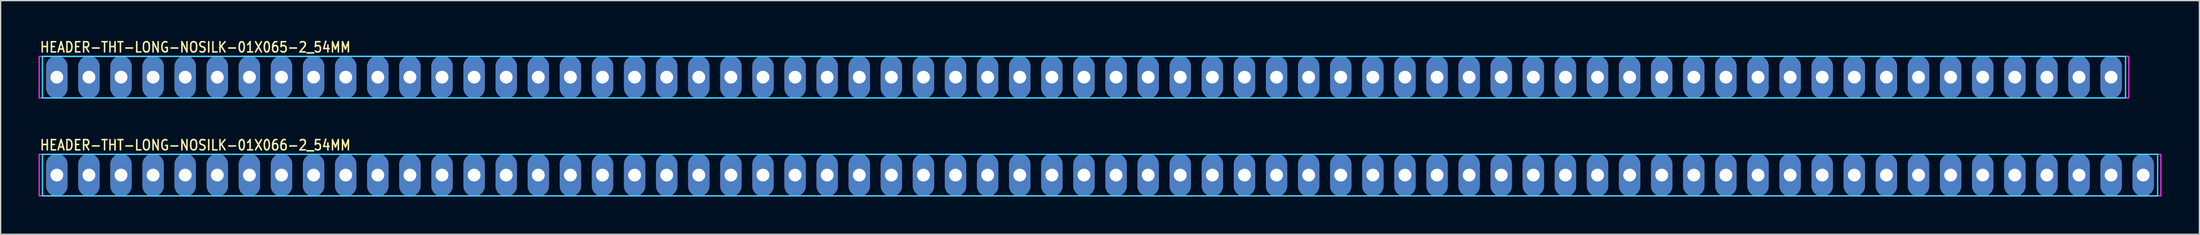
<source format=kicad_pcb>
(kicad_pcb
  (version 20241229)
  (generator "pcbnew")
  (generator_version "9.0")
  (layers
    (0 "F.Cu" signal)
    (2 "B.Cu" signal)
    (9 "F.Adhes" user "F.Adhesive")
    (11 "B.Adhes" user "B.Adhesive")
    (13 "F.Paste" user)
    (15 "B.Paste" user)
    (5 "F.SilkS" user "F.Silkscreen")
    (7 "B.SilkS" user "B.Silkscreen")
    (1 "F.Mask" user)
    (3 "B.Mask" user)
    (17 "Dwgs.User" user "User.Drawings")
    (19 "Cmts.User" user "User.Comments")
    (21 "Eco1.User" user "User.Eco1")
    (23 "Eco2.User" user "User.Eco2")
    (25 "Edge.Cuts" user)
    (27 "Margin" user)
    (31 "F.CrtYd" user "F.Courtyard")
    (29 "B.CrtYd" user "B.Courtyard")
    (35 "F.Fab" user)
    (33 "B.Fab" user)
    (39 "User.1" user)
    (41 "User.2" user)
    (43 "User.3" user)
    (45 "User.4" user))
  (footprint "HEADER-THT-LONG-NOSILK-01X066-2_54MM"
    (layer "F.Cu")
    (at 1.447 10.858)
    (property "Reference" "HEADER-THT-LONG-NOSILK-01X066-2_54MM" (at -1.4 -1.9 0) (unlocked yes) (layer "F.SilkS") (effects (font (size 0.813 0.695) (thickness 0.122)) (justify left bottom)))
    (fp_poly (pts (xy -1.143 -1.651) (xy 166.243 -1.651) (xy 166.243 1.651) (xy -1.143 1.651)) (stroke (width 0.1) (type solid)) (fill no) (layer "B.CrtYd"))
    (fp_poly (pts (xy -1.397 -1.651) (xy 166.497 -1.651) (xy 166.497 1.651) (xy -1.397 1.651)) (stroke (width 0.1) (type solid)) (fill no) (layer "F.CrtYd"))
    (pad "1" thru_hole oval (at 0 0 90) (size 3.387 1.693) (drill 1.016) (layers "*.Cu" "*.Mask"))
    (pad "2" thru_hole oval (at 2.54 0 90) (size 3.387 1.693) (drill 1.016) (layers "*.Cu" "*.Mask"))
    (pad "3" thru_hole oval (at 5.08 0 90) (size 3.387 1.693) (drill 1.016) (layers "*.Cu" "*.Mask"))
    (pad "4" thru_hole oval (at 7.62 0 90) (size 3.387 1.693) (drill 1.016) (layers "*.Cu" "*.Mask"))
    (pad "5" thru_hole oval (at 10.16 0 90) (size 3.387 1.693) (drill 1.016) (layers "*.Cu" "*.Mask"))
    (pad "6" thru_hole oval (at 12.7 0 90) (size 3.387 1.693) (drill 1.016) (layers "*.Cu" "*.Mask"))
    (pad "7" thru_hole oval (at 15.24 0 90) (size 3.387 1.693) (drill 1.016) (layers "*.Cu" "*.Mask"))
    (pad "8" thru_hole oval (at 17.78 0 90) (size 3.387 1.693) (drill 1.016) (layers "*.Cu" "*.Mask"))
    (pad "9" thru_hole oval (at 20.32 0 90) (size 3.387 1.693) (drill 1.016) (layers "*.Cu" "*.Mask"))
    (pad "10" thru_hole oval (at 22.86 0 90) (size 3.387 1.693) (drill 1.016) (layers "*.Cu" "*.Mask"))
    (pad "11" thru_hole oval (at 25.4 0 90) (size 3.387 1.693) (drill 1.016) (layers "*.Cu" "*.Mask"))
    (pad "12" thru_hole oval (at 27.94 0 90) (size 3.387 1.693) (drill 1.016) (layers "*.Cu" "*.Mask"))
    (pad "13" thru_hole oval (at 30.48 0 90) (size 3.387 1.693) (drill 1.016) (layers "*.Cu" "*.Mask"))
    (pad "14" thru_hole oval (at 33.02 0 90) (size 3.387 1.693) (drill 1.016) (layers "*.Cu" "*.Mask"))
    (pad "15" thru_hole oval (at 35.56 0 90) (size 3.387 1.693) (drill 1.016) (layers "*.Cu" "*.Mask"))
    (pad "16" thru_hole oval (at 38.1 0 90) (size 3.387 1.693) (drill 1.016) (layers "*.Cu" "*.Mask"))
    (pad "17" thru_hole oval (at 40.64 0 90) (size 3.387 1.693) (drill 1.016) (layers "*.Cu" "*.Mask"))
    (pad "18" thru_hole oval (at 43.18 0 90) (size 3.387 1.693) (drill 1.016) (layers "*.Cu" "*.Mask"))
    (pad "19" thru_hole oval (at 45.72 0 90) (size 3.387 1.693) (drill 1.016) (layers "*.Cu" "*.Mask"))
    (pad "20" thru_hole oval (at 48.26 0 90) (size 3.387 1.693) (drill 1.016) (layers "*.Cu" "*.Mask"))
    (pad "21" thru_hole oval (at 50.8 0 90) (size 3.387 1.693) (drill 1.016) (layers "*.Cu" "*.Mask"))
    (pad "22" thru_hole oval (at 53.34 0 90) (size 3.387 1.693) (drill 1.016) (layers "*.Cu" "*.Mask"))
    (pad "23" thru_hole oval (at 55.88 0 90) (size 3.387 1.693) (drill 1.016) (layers "*.Cu" "*.Mask"))
    (pad "24" thru_hole oval (at 58.42 0 90) (size 3.387 1.693) (drill 1.016) (layers "*.Cu" "*.Mask"))
    (pad "25" thru_hole oval (at 60.96 0 90) (size 3.387 1.693) (drill 1.016) (layers "*.Cu" "*.Mask"))
    (pad "26" thru_hole oval (at 63.5 0 90) (size 3.387 1.693) (drill 1.016) (layers "*.Cu" "*.Mask"))
    (pad "27" thru_hole oval (at 66.04 0 90) (size 3.387 1.693) (drill 1.016) (layers "*.Cu" "*.Mask"))
    (pad "28" thru_hole oval (at 68.58 0 90) (size 3.387 1.693) (drill 1.016) (layers "*.Cu" "*.Mask"))
    (pad "29" thru_hole oval (at 71.12 0 90) (size 3.387 1.693) (drill 1.016) (layers "*.Cu" "*.Mask"))
    (pad "30" thru_hole oval (at 73.66 0 90) (size 3.387 1.693) (drill 1.016) (layers "*.Cu" "*.Mask"))
    (pad "31" thru_hole oval (at 76.2 0 90) (size 3.387 1.693) (drill 1.016) (layers "*.Cu" "*.Mask"))
    (pad "32" thru_hole oval (at 78.74 0 90) (size 3.387 1.693) (drill 1.016) (layers "*.Cu" "*.Mask"))
    (pad "33" thru_hole oval (at 81.28 0 90) (size 3.387 1.693) (drill 1.016) (layers "*.Cu" "*.Mask"))
    (pad "34" thru_hole oval (at 83.82 0 90) (size 3.387 1.693) (drill 1.016) (layers "*.Cu" "*.Mask"))
    (pad "35" thru_hole oval (at 86.36 0 90) (size 3.387 1.693) (drill 1.016) (layers "*.Cu" "*.Mask"))
    (pad "36" thru_hole oval (at 88.9 0 90) (size 3.387 1.693) (drill 1.016) (layers "*.Cu" "*.Mask"))
    (pad "37" thru_hole oval (at 91.44 0 90) (size 3.387 1.693) (drill 1.016) (layers "*.Cu" "*.Mask"))
    (pad "38" thru_hole oval (at 93.98 0 90) (size 3.387 1.693) (drill 1.016) (layers "*.Cu" "*.Mask"))
    (pad "39" thru_hole oval (at 96.52 0 90) (size 3.387 1.693) (drill 1.016) (layers "*.Cu" "*.Mask"))
    (pad "40" thru_hole oval (at 99.06 0 90) (size 3.387 1.693) (drill 1.016) (layers "*.Cu" "*.Mask"))
    (pad "41" thru_hole oval (at 101.6 0 90) (size 3.387 1.693) (drill 1.016) (layers "*.Cu" "*.Mask"))
    (pad "42" thru_hole oval (at 104.14 0 90) (size 3.387 1.693) (drill 1.016) (layers "*.Cu" "*.Mask"))
    (pad "43" thru_hole oval (at 106.68 0 90) (size 3.387 1.693) (drill 1.016) (layers "*.Cu" "*.Mask"))
    (pad "44" thru_hole oval (at 109.22 0 90) (size 3.387 1.693) (drill 1.016) (layers "*.Cu" "*.Mask"))
    (pad "45" thru_hole oval (at 111.76 0 90) (size 3.387 1.693) (drill 1.016) (layers "*.Cu" "*.Mask"))
    (pad "46" thru_hole oval (at 114.3 0 90) (size 3.387 1.693) (drill 1.016) (layers "*.Cu" "*.Mask"))
    (pad "47" thru_hole oval (at 116.84 0 90) (size 3.387 1.693) (drill 1.016) (layers "*.Cu" "*.Mask"))
    (pad "48" thru_hole oval (at 119.38 0 90) (size 3.387 1.693) (drill 1.016) (layers "*.Cu" "*.Mask"))
    (pad "49" thru_hole oval (at 121.92 0 90) (size 3.387 1.693) (drill 1.016) (layers "*.Cu" "*.Mask"))
    (pad "50" thru_hole oval (at 124.46 0 90) (size 3.387 1.693) (drill 1.016) (layers "*.Cu" "*.Mask"))
    (pad "51" thru_hole oval (at 127 0 90) (size 3.387 1.693) (drill 1.016) (layers "*.Cu" "*.Mask"))
    (pad "52" thru_hole oval (at 129.54 0 90) (size 3.387 1.693) (drill 1.016) (layers "*.Cu" "*.Mask"))
    (pad "53" thru_hole oval (at 132.08 0 90) (size 3.387 1.693) (drill 1.016) (layers "*.Cu" "*.Mask"))
    (pad "54" thru_hole oval (at 134.62 0 90) (size 3.387 1.693) (drill 1.016) (layers "*.Cu" "*.Mask"))
    (pad "55" thru_hole oval (at 137.16 0 90) (size 3.387 1.693) (drill 1.016) (layers "*.Cu" "*.Mask"))
    (pad "56" thru_hole oval (at 139.7 0 90) (size 3.387 1.693) (drill 1.016) (layers "*.Cu" "*.Mask"))
    (pad "57" thru_hole oval (at 142.24 0 90) (size 3.387 1.693) (drill 1.016) (layers "*.Cu" "*.Mask"))
    (pad "58" thru_hole oval (at 144.78 0 90) (size 3.387 1.693) (drill 1.016) (layers "*.Cu" "*.Mask"))
    (pad "59" thru_hole oval (at 147.32 0 90) (size 3.387 1.693) (drill 1.016) (layers "*.Cu" "*.Mask"))
    (pad "60" thru_hole oval (at 149.86 0 90) (size 3.387 1.693) (drill 1.016) (layers "*.Cu" "*.Mask"))
    (pad "61" thru_hole oval (at 152.4 0 90) (size 3.387 1.693) (drill 1.016) (layers "*.Cu" "*.Mask"))
    (pad "62" thru_hole oval (at 154.94 0 90) (size 3.387 1.693) (drill 1.016) (layers "*.Cu" "*.Mask"))
    (pad "63" thru_hole oval (at 157.48 0 90) (size 3.387 1.693) (drill 1.016) (layers "*.Cu" "*.Mask"))
    (pad "64" thru_hole oval (at 160.02 0 90) (size 3.387 1.693) (drill 1.016) (layers "*.Cu" "*.Mask"))
    (pad "65" thru_hole oval (at 162.56 0 90) (size 3.387 1.693) (drill 1.016) (layers "*.Cu" "*.Mask"))
    (pad "66" thru_hole oval (at 165.1 0 90) (size 3.387 1.693) (drill 1.016) (layers "*.Cu" "*.Mask")))
  (footprint "HEADER-THT-LONG-NOSILK-01X065-2_54MM"
    (layer "F.Cu")
    (at 1.447 3.079)
    (property "Reference" "HEADER-THT-LONG-NOSILK-01X065-2_54MM" (at -1.4 -1.9 0) (unlocked yes) (layer "F.SilkS") (effects (font (size 0.813 0.695) (thickness 0.122)) (justify left bottom)))
    (fp_poly (pts (xy -1.143 -1.651) (xy 163.703 -1.651) (xy 163.703 1.651) (xy -1.143 1.651)) (stroke (width 0.1) (type solid)) (fill no) (layer "B.CrtYd"))
    (fp_poly (pts (xy -1.397 -1.651) (xy 163.957 -1.651) (xy 163.957 1.651) (xy -1.397 1.651)) (stroke (width 0.1) (type solid)) (fill no) (layer "F.CrtYd"))
    (pad "1" thru_hole oval (at 0 0 90) (size 3.387 1.693) (drill 1.016) (layers "*.Cu" "*.Mask"))
    (pad "2" thru_hole oval (at 2.54 0 90) (size 3.387 1.693) (drill 1.016) (layers "*.Cu" "*.Mask"))
    (pad "3" thru_hole oval (at 5.08 0 90) (size 3.387 1.693) (drill 1.016) (layers "*.Cu" "*.Mask"))
    (pad "4" thru_hole oval (at 7.62 0 90) (size 3.387 1.693) (drill 1.016) (layers "*.Cu" "*.Mask"))
    (pad "5" thru_hole oval (at 10.16 0 90) (size 3.387 1.693) (drill 1.016) (layers "*.Cu" "*.Mask"))
    (pad "6" thru_hole oval (at 12.7 0 90) (size 3.387 1.693) (drill 1.016) (layers "*.Cu" "*.Mask"))
    (pad "7" thru_hole oval (at 15.24 0 90) (size 3.387 1.693) (drill 1.016) (layers "*.Cu" "*.Mask"))
    (pad "8" thru_hole oval (at 17.78 0 90) (size 3.387 1.693) (drill 1.016) (layers "*.Cu" "*.Mask"))
    (pad "9" thru_hole oval (at 20.32 0 90) (size 3.387 1.693) (drill 1.016) (layers "*.Cu" "*.Mask"))
    (pad "10" thru_hole oval (at 22.86 0 90) (size 3.387 1.693) (drill 1.016) (layers "*.Cu" "*.Mask"))
    (pad "11" thru_hole oval (at 25.4 0 90) (size 3.387 1.693) (drill 1.016) (layers "*.Cu" "*.Mask"))
    (pad "12" thru_hole oval (at 27.94 0 90) (size 3.387 1.693) (drill 1.016) (layers "*.Cu" "*.Mask"))
    (pad "13" thru_hole oval (at 30.48 0 90) (size 3.387 1.693) (drill 1.016) (layers "*.Cu" "*.Mask"))
    (pad "14" thru_hole oval (at 33.02 0 90) (size 3.387 1.693) (drill 1.016) (layers "*.Cu" "*.Mask"))
    (pad "15" thru_hole oval (at 35.56 0 90) (size 3.387 1.693) (drill 1.016) (layers "*.Cu" "*.Mask"))
    (pad "16" thru_hole oval (at 38.1 0 90) (size 3.387 1.693) (drill 1.016) (layers "*.Cu" "*.Mask"))
    (pad "17" thru_hole oval (at 40.64 0 90) (size 3.387 1.693) (drill 1.016) (layers "*.Cu" "*.Mask"))
    (pad "18" thru_hole oval (at 43.18 0 90) (size 3.387 1.693) (drill 1.016) (layers "*.Cu" "*.Mask"))
    (pad "19" thru_hole oval (at 45.72 0 90) (size 3.387 1.693) (drill 1.016) (layers "*.Cu" "*.Mask"))
    (pad "20" thru_hole oval (at 48.26 0 90) (size 3.387 1.693) (drill 1.016) (layers "*.Cu" "*.Mask"))
    (pad "21" thru_hole oval (at 50.8 0 90) (size 3.387 1.693) (drill 1.016) (layers "*.Cu" "*.Mask"))
    (pad "22" thru_hole oval (at 53.34 0 90) (size 3.387 1.693) (drill 1.016) (layers "*.Cu" "*.Mask"))
    (pad "23" thru_hole oval (at 55.88 0 90) (size 3.387 1.693) (drill 1.016) (layers "*.Cu" "*.Mask"))
    (pad "24" thru_hole oval (at 58.42 0 90) (size 3.387 1.693) (drill 1.016) (layers "*.Cu" "*.Mask"))
    (pad "25" thru_hole oval (at 60.96 0 90) (size 3.387 1.693) (drill 1.016) (layers "*.Cu" "*.Mask"))
    (pad "26" thru_hole oval (at 63.5 0 90) (size 3.387 1.693) (drill 1.016) (layers "*.Cu" "*.Mask"))
    (pad "27" thru_hole oval (at 66.04 0 90) (size 3.387 1.693) (drill 1.016) (layers "*.Cu" "*.Mask"))
    (pad "28" thru_hole oval (at 68.58 0 90) (size 3.387 1.693) (drill 1.016) (layers "*.Cu" "*.Mask"))
    (pad "29" thru_hole oval (at 71.12 0 90) (size 3.387 1.693) (drill 1.016) (layers "*.Cu" "*.Mask"))
    (pad "30" thru_hole oval (at 73.66 0 90) (size 3.387 1.693) (drill 1.016) (layers "*.Cu" "*.Mask"))
    (pad "31" thru_hole oval (at 76.2 0 90) (size 3.387 1.693) (drill 1.016) (layers "*.Cu" "*.Mask"))
    (pad "32" thru_hole oval (at 78.74 0 90) (size 3.387 1.693) (drill 1.016) (layers "*.Cu" "*.Mask"))
    (pad "33" thru_hole oval (at 81.28 0 90) (size 3.387 1.693) (drill 1.016) (layers "*.Cu" "*.Mask"))
    (pad "34" thru_hole oval (at 83.82 0 90) (size 3.387 1.693) (drill 1.016) (layers "*.Cu" "*.Mask"))
    (pad "35" thru_hole oval (at 86.36 0 90) (size 3.387 1.693) (drill 1.016) (layers "*.Cu" "*.Mask"))
    (pad "36" thru_hole oval (at 88.9 0 90) (size 3.387 1.693) (drill 1.016) (layers "*.Cu" "*.Mask"))
    (pad "37" thru_hole oval (at 91.44 0 90) (size 3.387 1.693) (drill 1.016) (layers "*.Cu" "*.Mask"))
    (pad "38" thru_hole oval (at 93.98 0 90) (size 3.387 1.693) (drill 1.016) (layers "*.Cu" "*.Mask"))
    (pad "39" thru_hole oval (at 96.52 0 90) (size 3.387 1.693) (drill 1.016) (layers "*.Cu" "*.Mask"))
    (pad "40" thru_hole oval (at 99.06 0 90) (size 3.387 1.693) (drill 1.016) (layers "*.Cu" "*.Mask"))
    (pad "41" thru_hole oval (at 101.6 0 90) (size 3.387 1.693) (drill 1.016) (layers "*.Cu" "*.Mask"))
    (pad "42" thru_hole oval (at 104.14 0 90) (size 3.387 1.693) (drill 1.016) (layers "*.Cu" "*.Mask"))
    (pad "43" thru_hole oval (at 106.68 0 90) (size 3.387 1.693) (drill 1.016) (layers "*.Cu" "*.Mask"))
    (pad "44" thru_hole oval (at 109.22 0 90) (size 3.387 1.693) (drill 1.016) (layers "*.Cu" "*.Mask"))
    (pad "45" thru_hole oval (at 111.76 0 90) (size 3.387 1.693) (drill 1.016) (layers "*.Cu" "*.Mask"))
    (pad "46" thru_hole oval (at 114.3 0 90) (size 3.387 1.693) (drill 1.016) (layers "*.Cu" "*.Mask"))
    (pad "47" thru_hole oval (at 116.84 0 90) (size 3.387 1.693) (drill 1.016) (layers "*.Cu" "*.Mask"))
    (pad "48" thru_hole oval (at 119.38 0 90) (size 3.387 1.693) (drill 1.016) (layers "*.Cu" "*.Mask"))
    (pad "49" thru_hole oval (at 121.92 0 90) (size 3.387 1.693) (drill 1.016) (layers "*.Cu" "*.Mask"))
    (pad "50" thru_hole oval (at 124.46 0 90) (size 3.387 1.693) (drill 1.016) (layers "*.Cu" "*.Mask"))
    (pad "51" thru_hole oval (at 127 0 90) (size 3.387 1.693) (drill 1.016) (layers "*.Cu" "*.Mask"))
    (pad "52" thru_hole oval (at 129.54 0 90) (size 3.387 1.693) (drill 1.016) (layers "*.Cu" "*.Mask"))
    (pad "53" thru_hole oval (at 132.08 0 90) (size 3.387 1.693) (drill 1.016) (layers "*.Cu" "*.Mask"))
    (pad "54" thru_hole oval (at 134.62 0 90) (size 3.387 1.693) (drill 1.016) (layers "*.Cu" "*.Mask"))
    (pad "55" thru_hole oval (at 137.16 0 90) (size 3.387 1.693) (drill 1.016) (layers "*.Cu" "*.Mask"))
    (pad "56" thru_hole oval (at 139.7 0 90) (size 3.387 1.693) (drill 1.016) (layers "*.Cu" "*.Mask"))
    (pad "57" thru_hole oval (at 142.24 0 90) (size 3.387 1.693) (drill 1.016) (layers "*.Cu" "*.Mask"))
    (pad "58" thru_hole oval (at 144.78 0 90) (size 3.387 1.693) (drill 1.016) (layers "*.Cu" "*.Mask"))
    (pad "59" thru_hole oval (at 147.32 0 90) (size 3.387 1.693) (drill 1.016) (layers "*.Cu" "*.Mask"))
    (pad "60" thru_hole oval (at 149.86 0 90) (size 3.387 1.693) (drill 1.016) (layers "*.Cu" "*.Mask"))
    (pad "61" thru_hole oval (at 152.4 0 90) (size 3.387 1.693) (drill 1.016) (layers "*.Cu" "*.Mask"))
    (pad "62" thru_hole oval (at 154.94 0 90) (size 3.387 1.693) (drill 1.016) (layers "*.Cu" "*.Mask"))
    (pad "63" thru_hole oval (at 157.48 0 90) (size 3.387 1.693) (drill 1.016) (layers "*.Cu" "*.Mask"))
    (pad "64" thru_hole oval (at 160.02 0 90) (size 3.387 1.693) (drill 1.016) (layers "*.Cu" "*.Mask"))
    (pad "65" thru_hole oval (at 162.56 0 90) (size 3.387 1.693) (drill 1.016) (layers "*.Cu" "*.Mask")))
  (gr_rect
    (start -3 -3)
    (end 170.994 15.559)
    (stroke (width 0.1) (type default))
    (fill no)
    (layer "Edge.Cuts")))
</source>
